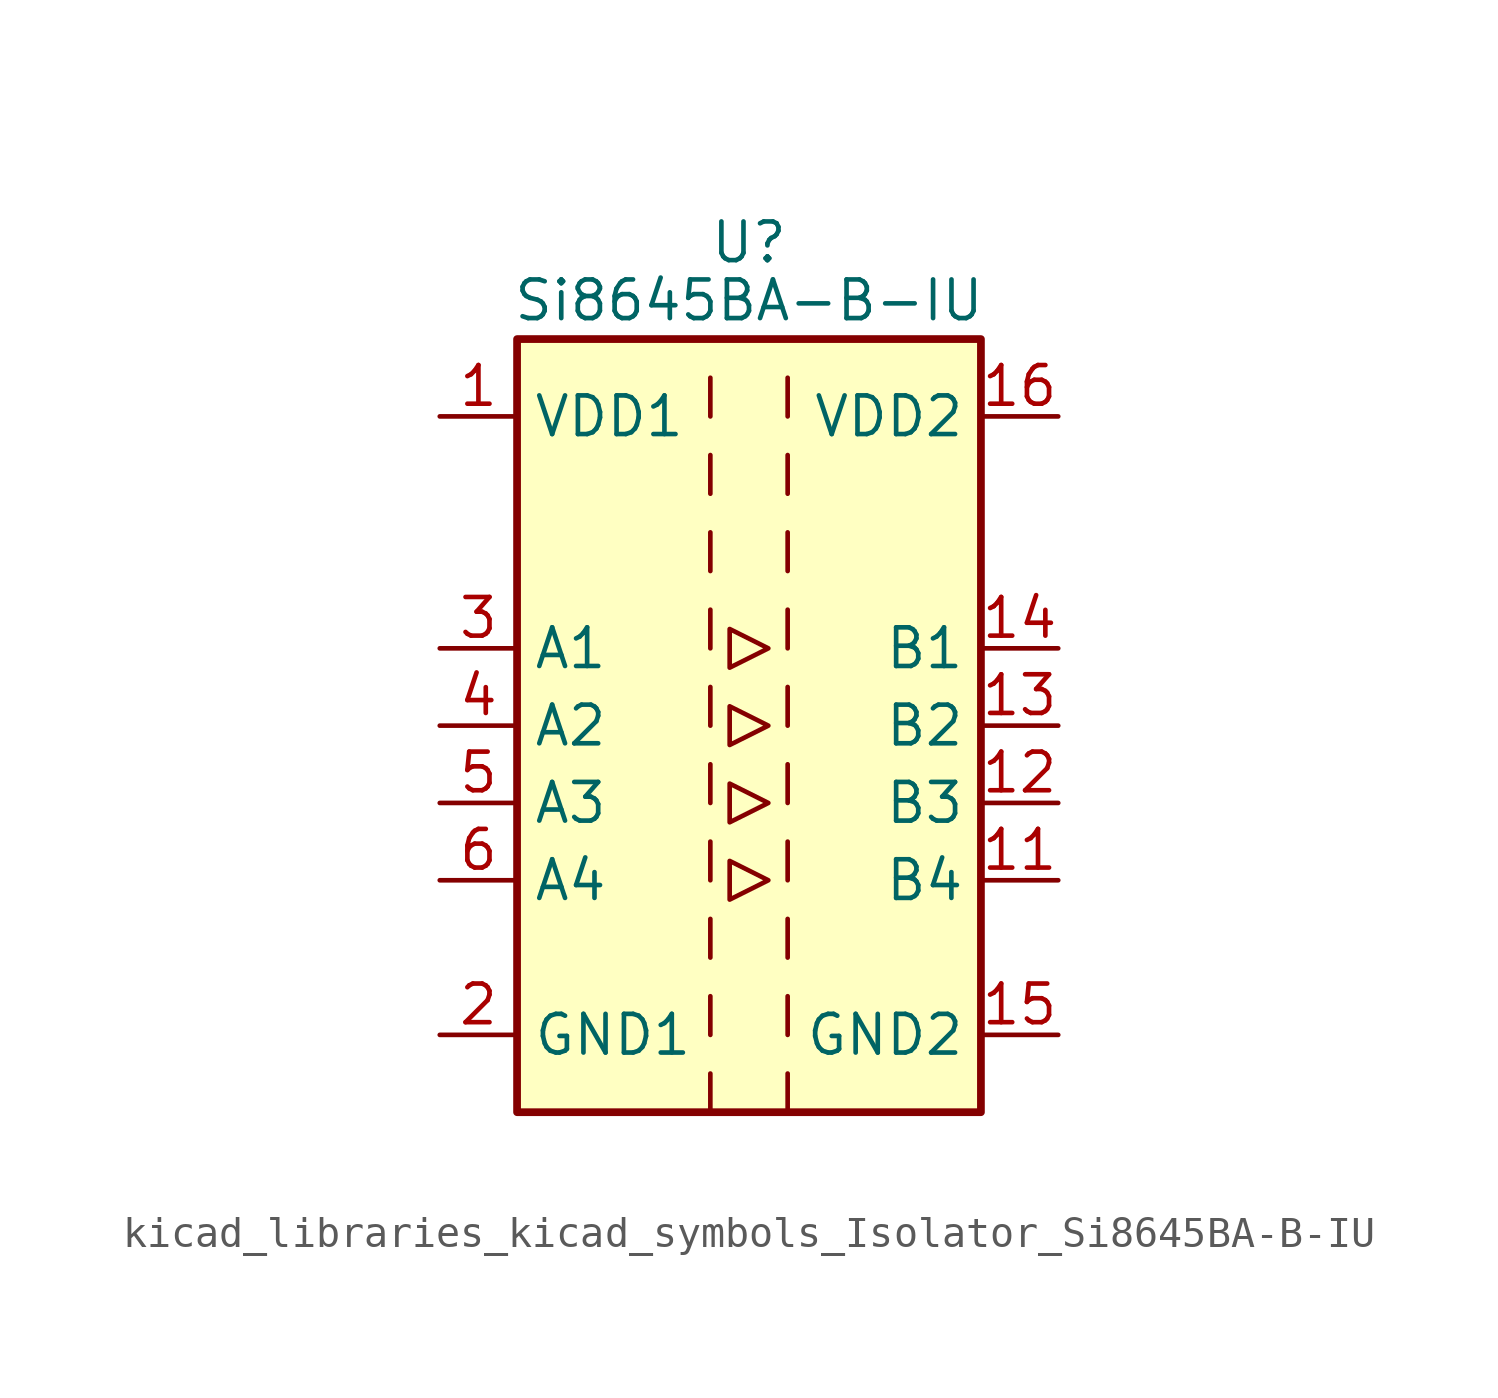
<source format=kicad_sym>
(kicad_symbol_lib
  (version 20220914)
  (generator kicad_symbol_editor)
  (symbol "kicad_libraries_kicad_symbols_Isolator_Si8645BA-B-IU"
    (property "Reference" "U"
      (at 0 15.875 0)
      (effects (font (size 1.27 1.27))))
    (property "Value" "Si8645BA-B-IU"
      (at 0 13.97 0)
      (effects (font (size 1.27 1.27))))
    (symbol "kicad_libraries_kicad_symbols_Isolator_Si8645BA-B-IU_0_1"
      (rectangle (start -7.62 12.7) (end 7.62 -12.7) (stroke (width 0.254) (type default)) (fill (type background)))
      (polyline (pts (xy -1.27 -11.43) (xy -1.27 -12.7)) (stroke (width 0) (type default)) (fill (type none)))
      (polyline (pts (xy -1.27 -8.89) (xy -1.27 -10.16)) (stroke (width 0) (type default)) (fill (type none)))
      (polyline (pts (xy -1.27 -6.35) (xy -1.27 -7.62)) (stroke (width 0) (type default)) (fill (type none)))
      (polyline (pts (xy -1.27 -3.81) (xy -1.27 -5.08)) (stroke (width 0) (type default)) (fill (type none)))
      (polyline (pts (xy -1.27 -1.27) (xy -1.27 -2.54)) (stroke (width 0) (type default)) (fill (type none)))
      (polyline (pts (xy -1.27 1.27) (xy -1.27 0)) (stroke (width 0) (type default)) (fill (type none)))
      (polyline (pts (xy -1.27 3.81) (xy -1.27 2.54)) (stroke (width 0) (type default)) (fill (type none)))
      (polyline (pts (xy -1.27 6.35) (xy -1.27 5.08)) (stroke (width 0) (type default)) (fill (type none)))
      (polyline (pts (xy -1.27 8.89) (xy -1.27 7.62)) (stroke (width 0) (type default)) (fill (type none)))
      (polyline (pts (xy -1.27 11.43) (xy -1.27 10.16)) (stroke (width 0) (type default)) (fill (type none)))
      (polyline (pts (xy 1.27 -11.43) (xy 1.27 -12.7)) (stroke (width 0) (type default)) (fill (type none)))
      (polyline (pts (xy 1.27 -8.89) (xy 1.27 -10.16)) (stroke (width 0) (type default)) (fill (type none)))
      (polyline (pts (xy 1.27 -6.35) (xy 1.27 -7.62)) (stroke (width 0) (type default)) (fill (type none)))
      (polyline (pts (xy 1.27 -3.81) (xy 1.27 -5.08)) (stroke (width 0) (type default)) (fill (type none)))
      (polyline (pts (xy 1.27 -1.27) (xy 1.27 -2.54)) (stroke (width 0) (type default)) (fill (type none)))
      (polyline (pts (xy 1.27 1.27) (xy 1.27 0)) (stroke (width 0) (type default)) (fill (type none)))
      (polyline (pts (xy 1.27 3.81) (xy 1.27 2.54)) (stroke (width 0) (type default)) (fill (type none)))
      (polyline (pts (xy 1.27 6.35) (xy 1.27 5.08)) (stroke (width 0) (type default)) (fill (type none)))
      (polyline (pts (xy 1.27 8.89) (xy 1.27 7.62)) (stroke (width 0) (type default)) (fill (type none)))
      (polyline (pts (xy 1.27 11.43) (xy 1.27 10.16)) (stroke (width 0) (type default)) (fill (type none)))
      (polyline (pts (xy -0.635 0.635) (xy -0.635 -0.635) (xy 0.635 0) (xy -0.635 0.635)) (stroke (width 0) (type default)) (fill (type none)))
      (polyline (pts (xy -0.635 3.175) (xy -0.635 1.905) (xy 0.635 2.54) (xy -0.635 3.175)) (stroke (width 0) (type default)) (fill (type none)))
      (polyline (pts (xy 0.635 -5.08) (xy -0.635 -4.445) (xy -0.635 -5.715) (xy 0.635 -5.08)) (stroke (width 0) (type default)) (fill (type none)))
      (polyline (pts (xy 0.635 -2.54) (xy -0.635 -1.905) (xy -0.635 -3.175) (xy 0.635 -2.54)) (stroke (width 0) (type default)) (fill (type none))))
    (symbol "kicad_libraries_kicad_symbols_Isolator_Si8645BA-B-IU_1_1"
      (pin power_in line (at -10.16 10.16 0) (length 2.54) (name "VDD1" (effects (font (size 1.27 1.27)))) (number "1" (effects (font (size 1.27 1.27)))))
      (pin no_connect line (at 7.62 7.62 180) (length 2.54) hide (name "NC" (effects (font (size 1.27 1.27)))) (number "10" (effects (font (size 1.27 1.27)))))
      (pin output line (at 10.16 -5.08 180) (length 2.54) (name "B4" (effects (font (size 1.27 1.27)))) (number "11" (effects (font (size 1.27 1.27)))))
      (pin output line (at 10.16 -2.54 180) (length 2.54) (name "B3" (effects (font (size 1.27 1.27)))) (number "12" (effects (font (size 1.27 1.27)))))
      (pin output line (at 10.16 0 180) (length 2.54) (name "B2" (effects (font (size 1.27 1.27)))) (number "13" (effects (font (size 1.27 1.27)))))
      (pin output line (at 10.16 2.54 180) (length 2.54) (name "B1" (effects (font (size 1.27 1.27)))) (number "14" (effects (font (size 1.27 1.27)))))
      (pin power_in line (at 10.16 -10.16 180) (length 2.54) (name "GND2" (effects (font (size 1.27 1.27)))) (number "15" (effects (font (size 1.27 1.27)))))
      (pin power_in line (at 10.16 10.16 180) (length 2.54) (name "VDD2" (effects (font (size 1.27 1.27)))) (number "16" (effects (font (size 1.27 1.27)))))
      (pin power_in line (at -10.16 -10.16 0) (length 2.54) (name "GND1" (effects (font (size 1.27 1.27)))) (number "2" (effects (font (size 1.27 1.27)))))
      (pin input line (at -10.16 2.54 0) (length 2.54) (name "A1" (effects (font (size 1.27 1.27)))) (number "3" (effects (font (size 1.27 1.27)))))
      (pin input line (at -10.16 0 0) (length 2.54) (name "A2" (effects (font (size 1.27 1.27)))) (number "4" (effects (font (size 1.27 1.27)))))
      (pin input line (at -10.16 -2.54 0) (length 2.54) (name "A3" (effects (font (size 1.27 1.27)))) (number "5" (effects (font (size 1.27 1.27)))))
      (pin input line (at -10.16 -5.08 0) (length 2.54) (name "A4" (effects (font (size 1.27 1.27)))) (number "6" (effects (font (size 1.27 1.27)))))
      (pin no_connect line (at -7.62 7.62 0) (length 2.54) hide (name "NC" (effects (font (size 1.27 1.27)))) (number "7" (effects (font (size 1.27 1.27)))))
      (pin passive line (at -10.16 -10.16 0) (length 2.54) hide (name "GND1" (effects (font (size 1.27 1.27)))) (number "8" (effects (font (size 1.27 1.27)))))
      (pin passive line (at 10.16 -10.16 180) (length 2.54) hide (name "GND2" (effects (font (size 1.27 1.27)))) (number "9" (effects (font (size 1.27 1.27))))))))
</source>
